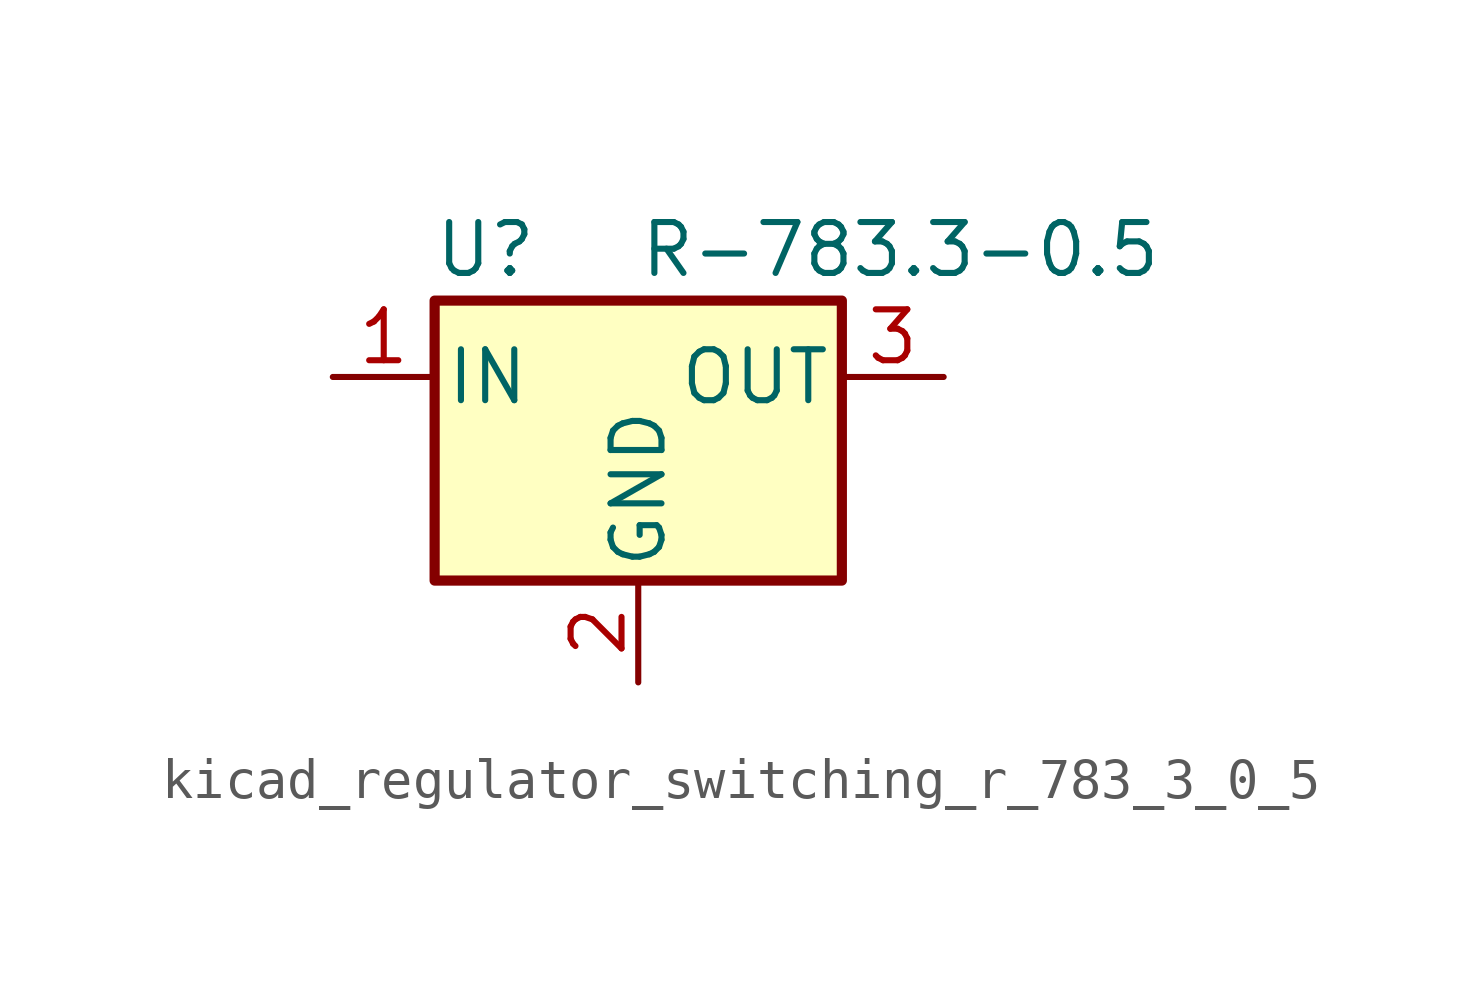
<source format=kicad_sym>
(kicad_symbol_lib
  (version 20220914)
  (generator kicad_symbol_editor)
  (symbol "kicad_regulator_switching_r_783_3_0_5"
    (pin_names
      (offset 0.254))
    (property "Reference" "U"
      (at -3.81 3.175 0)
      (effects (font (size 1.27 1.27))))
    (property "Value" "R-783.3-0.5"
      (at 0 3.175 0)
      (effects (font (size 1.27 1.27)) (justify left)))
    (symbol "kicad_regulator_switching_r_783_3_0_5_0_1"
      (rectangle (start -5.08 1.905) (end 5.08 -5.08) (stroke (width 0.254) (type default)) (fill (type background))))
    (symbol "kicad_regulator_switching_r_783_3_0_5_1_1"
      (pin power_in line (at -7.62 0 0) (length 2.54) (name "IN" (effects (font (size 1.27 1.27)))) (number "1" (effects (font (size 1.27 1.27)))))
      (pin power_in line (at 0 -7.62 90) (length 2.54) (name "GND" (effects (font (size 1.27 1.27)))) (number "2" (effects (font (size 1.27 1.27)))))
      (pin power_out line (at 7.62 0 180) (length 2.54) (name "OUT" (effects (font (size 1.27 1.27)))) (number "3" (effects (font (size 1.27 1.27))))))))
</source>
